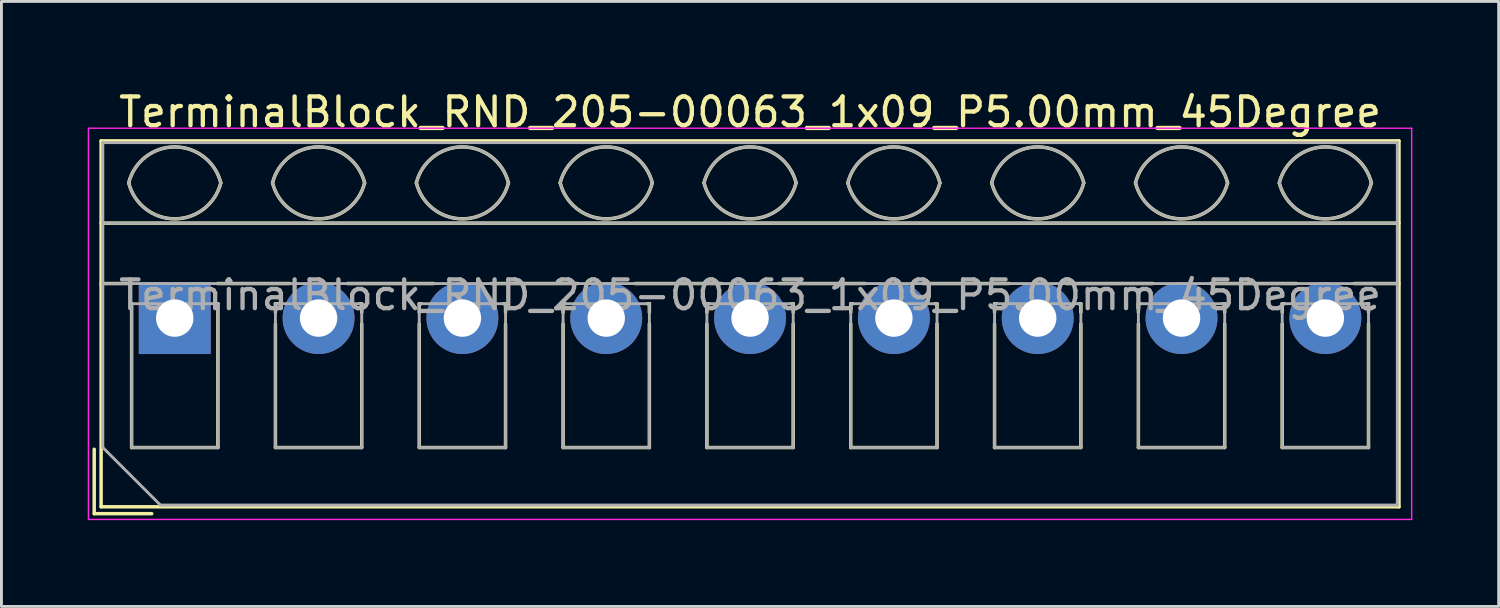
<source format=kicad_pcb>
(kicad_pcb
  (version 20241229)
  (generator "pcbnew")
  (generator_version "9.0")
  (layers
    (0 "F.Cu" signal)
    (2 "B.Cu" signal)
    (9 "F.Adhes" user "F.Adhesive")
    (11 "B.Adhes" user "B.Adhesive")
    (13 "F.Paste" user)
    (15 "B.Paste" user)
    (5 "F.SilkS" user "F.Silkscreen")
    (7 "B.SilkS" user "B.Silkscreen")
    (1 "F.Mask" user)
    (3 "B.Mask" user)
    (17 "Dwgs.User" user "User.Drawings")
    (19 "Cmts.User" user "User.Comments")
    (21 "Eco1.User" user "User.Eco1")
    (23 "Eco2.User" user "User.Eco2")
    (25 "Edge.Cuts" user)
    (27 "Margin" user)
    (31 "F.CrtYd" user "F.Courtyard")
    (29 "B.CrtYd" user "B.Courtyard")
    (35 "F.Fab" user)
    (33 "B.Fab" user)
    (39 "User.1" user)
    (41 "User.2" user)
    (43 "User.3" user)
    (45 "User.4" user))
  (footprint "TerminalBlock_RND_205-00063_1x09_P5.00mm_45Degree"
    (layer "F.Cu")
    (at 3.025 8.008)
    (property "Reference" "TerminalBlock_RND_205-00063_1x09_P5.00mm_45Degree" (at 20 -7.16 0) (layer "F.SilkS") (effects (font (size 1 1) (thickness 0.15))))
    (attr through_hole)
    (fp_line (start -2.8 4.56) (end -2.8 6.8) (stroke (width 0.12) (type solid)) (layer "F.SilkS"))
    (fp_line (start -2.8 6.8) (end -0.8 6.8) (stroke (width 0.12) (type solid)) (layer "F.SilkS"))
    (fp_line (start -2.56 -6.16) (end -2.56 6.56) (stroke (width 0.12) (type solid)) (layer "F.SilkS"))
    (fp_line (start -2.56 -6.16) (end 42.56 -6.16) (stroke (width 0.12) (type solid)) (layer "F.SilkS"))
    (fp_line (start -2.56 -3.301) (end 42.56 -3.301) (stroke (width 0.12) (type solid)) (layer "F.SilkS"))
    (fp_line (start -2.56 -1.201) (end -1.49 -1.201) (stroke (width 0.12) (type solid)) (layer "F.SilkS"))
    (fp_line (start -2.56 6.56) (end 42.56 6.56) (stroke (width 0.12) (type solid)) (layer "F.SilkS"))
    (fp_line (start -1.5 -0.5) (end -1.5 4.5) (stroke (width 0.12) (type solid)) (layer "F.SilkS"))
    (fp_line (start -1.5 -0.5) (end -1.49 -0.5) (stroke (width 0.12) (type solid)) (layer "F.SilkS"))
    (fp_line (start -1.5 4.5) (end 1.5 4.5) (stroke (width 0.12) (type solid)) (layer "F.SilkS"))
    (fp_line (start 1.49 -1.201) (end 4 -1.201) (stroke (width 0.12) (type solid)) (layer "F.SilkS"))
    (fp_line (start 1.49 -0.5) (end 1.5 -0.5) (stroke (width 0.12) (type solid)) (layer "F.SilkS"))
    (fp_line (start 1.5 -0.5) (end 1.5 4.5) (stroke (width 0.12) (type solid)) (layer "F.SilkS"))
    (fp_line (start 3.5 -0.5) (end 3.5 -0.202) (stroke (width 0.12) (type solid)) (layer "F.SilkS"))
    (fp_line (start 3.5 -0.5) (end 3.57 -0.5) (stroke (width 0.12) (type solid)) (layer "F.SilkS"))
    (fp_line (start 3.5 0.202) (end 3.5 4.5) (stroke (width 0.12) (type solid)) (layer "F.SilkS"))
    (fp_line (start 3.5 4.5) (end 6.5 4.5) (stroke (width 0.12) (type solid)) (layer "F.SilkS"))
    (fp_line (start 6.001 -1.201) (end 9 -1.201) (stroke (width 0.12) (type solid)) (layer "F.SilkS"))
    (fp_line (start 6.431 -0.5) (end 6.5 -0.5) (stroke (width 0.12) (type solid)) (layer "F.SilkS"))
    (fp_line (start 6.5 -0.5) (end 6.5 -0.202) (stroke (width 0.12) (type solid)) (layer "F.SilkS"))
    (fp_line (start 6.5 0.202) (end 6.5 4.5) (stroke (width 0.12) (type solid)) (layer "F.SilkS"))
    (fp_line (start 8.5 -0.5) (end 8.5 -0.202) (stroke (width 0.12) (type solid)) (layer "F.SilkS"))
    (fp_line (start 8.5 -0.5) (end 8.57 -0.5) (stroke (width 0.12) (type solid)) (layer "F.SilkS"))
    (fp_line (start 8.5 0.202) (end 8.5 4.5) (stroke (width 0.12) (type solid)) (layer "F.SilkS"))
    (fp_line (start 8.5 4.5) (end 11.5 4.5) (stroke (width 0.12) (type solid)) (layer "F.SilkS"))
    (fp_line (start 11.001 -1.201) (end 14 -1.201) (stroke (width 0.12) (type solid)) (layer "F.SilkS"))
    (fp_line (start 11.431 -0.5) (end 11.5 -0.5) (stroke (width 0.12) (type solid)) (layer "F.SilkS"))
    (fp_line (start 11.5 -0.5) (end 11.5 -0.202) (stroke (width 0.12) (type solid)) (layer "F.SilkS"))
    (fp_line (start 11.5 0.202) (end 11.5 4.5) (stroke (width 0.12) (type solid)) (layer "F.SilkS"))
    (fp_line (start 13.5 -0.5) (end 13.5 -0.202) (stroke (width 0.12) (type solid)) (layer "F.SilkS"))
    (fp_line (start 13.5 -0.5) (end 13.57 -0.5) (stroke (width 0.12) (type solid)) (layer "F.SilkS"))
    (fp_line (start 13.5 0.202) (end 13.5 4.5) (stroke (width 0.12) (type solid)) (layer "F.SilkS"))
    (fp_line (start 13.5 4.5) (end 16.5 4.5) (stroke (width 0.12) (type solid)) (layer "F.SilkS"))
    (fp_line (start 16.001 -1.201) (end 19 -1.201) (stroke (width 0.12) (type solid)) (layer "F.SilkS"))
    (fp_line (start 16.431 -0.5) (end 16.5 -0.5) (stroke (width 0.12) (type solid)) (layer "F.SilkS"))
    (fp_line (start 16.5 -0.5) (end 16.5 -0.202) (stroke (width 0.12) (type solid)) (layer "F.SilkS"))
    (fp_line (start 16.5 0.202) (end 16.5 4.5) (stroke (width 0.12) (type solid)) (layer "F.SilkS"))
    (fp_line (start 18.5 -0.5) (end 18.5 -0.202) (stroke (width 0.12) (type solid)) (layer "F.SilkS"))
    (fp_line (start 18.5 -0.5) (end 18.57 -0.5) (stroke (width 0.12) (type solid)) (layer "F.SilkS"))
    (fp_line (start 18.5 0.202) (end 18.5 4.5) (stroke (width 0.12) (type solid)) (layer "F.SilkS"))
    (fp_line (start 18.5 4.5) (end 21.5 4.5) (stroke (width 0.12) (type solid)) (layer "F.SilkS"))
    (fp_line (start 21.001 -1.201) (end 24 -1.201) (stroke (width 0.12) (type solid)) (layer "F.SilkS"))
    (fp_line (start 21.431 -0.5) (end 21.5 -0.5) (stroke (width 0.12) (type solid)) (layer "F.SilkS"))
    (fp_line (start 21.5 -0.5) (end 21.5 -0.202) (stroke (width 0.12) (type solid)) (layer "F.SilkS"))
    (fp_line (start 21.5 0.202) (end 21.5 4.5) (stroke (width 0.12) (type solid)) (layer "F.SilkS"))
    (fp_line (start 23.5 -0.5) (end 23.5 -0.202) (stroke (width 0.12) (type solid)) (layer "F.SilkS"))
    (fp_line (start 23.5 -0.5) (end 23.57 -0.5) (stroke (width 0.12) (type solid)) (layer "F.SilkS"))
    (fp_line (start 23.5 0.202) (end 23.5 4.5) (stroke (width 0.12) (type solid)) (layer "F.SilkS"))
    (fp_line (start 23.5 4.5) (end 26.5 4.5) (stroke (width 0.12) (type solid)) (layer "F.SilkS"))
    (fp_line (start 26.001 -1.201) (end 29 -1.201) (stroke (width 0.12) (type solid)) (layer "F.SilkS"))
    (fp_line (start 26.431 -0.5) (end 26.5 -0.5) (stroke (width 0.12) (type solid)) (layer "F.SilkS"))
    (fp_line (start 26.5 -0.5) (end 26.5 -0.202) (stroke (width 0.12) (type solid)) (layer "F.SilkS"))
    (fp_line (start 26.5 0.202) (end 26.5 4.5) (stroke (width 0.12) (type solid)) (layer "F.SilkS"))
    (fp_line (start 28.5 -0.5) (end 28.5 -0.202) (stroke (width 0.12) (type solid)) (layer "F.SilkS"))
    (fp_line (start 28.5 -0.5) (end 28.57 -0.5) (stroke (width 0.12) (type solid)) (layer "F.SilkS"))
    (fp_line (start 28.5 0.202) (end 28.5 4.5) (stroke (width 0.12) (type solid)) (layer "F.SilkS"))
    (fp_line (start 28.5 4.5) (end 31.5 4.5) (stroke (width 0.12) (type solid)) (layer "F.SilkS"))
    (fp_line (start 31.001 -1.201) (end 34 -1.201) (stroke (width 0.12) (type solid)) (layer "F.SilkS"))
    (fp_line (start 31.431 -0.5) (end 31.5 -0.5) (stroke (width 0.12) (type solid)) (layer "F.SilkS"))
    (fp_line (start 31.5 -0.5) (end 31.5 -0.202) (stroke (width 0.12) (type solid)) (layer "F.SilkS"))
    (fp_line (start 31.5 0.202) (end 31.5 4.5) (stroke (width 0.12) (type solid)) (layer "F.SilkS"))
    (fp_line (start 33.5 -0.5) (end 33.5 -0.202) (stroke (width 0.12) (type solid)) (layer "F.SilkS"))
    (fp_line (start 33.5 -0.5) (end 33.57 -0.5) (stroke (width 0.12) (type solid)) (layer "F.SilkS"))
    (fp_line (start 33.5 0.202) (end 33.5 4.5) (stroke (width 0.12) (type solid)) (layer "F.SilkS"))
    (fp_line (start 33.5 4.5) (end 36.5 4.5) (stroke (width 0.12) (type solid)) (layer "F.SilkS"))
    (fp_line (start 36.001 -1.201) (end 39 -1.201) (stroke (width 0.12) (type solid)) (layer "F.SilkS"))
    (fp_line (start 36.431 -0.5) (end 36.5 -0.5) (stroke (width 0.12) (type solid)) (layer "F.SilkS"))
    (fp_line (start 36.5 -0.5) (end 36.5 -0.202) (stroke (width 0.12) (type solid)) (layer "F.SilkS"))
    (fp_line (start 36.5 0.202) (end 36.5 4.5) (stroke (width 0.12) (type solid)) (layer "F.SilkS"))
    (fp_line (start 38.5 -0.5) (end 38.5 -0.202) (stroke (width 0.12) (type solid)) (layer "F.SilkS"))
    (fp_line (start 38.5 -0.5) (end 38.57 -0.5) (stroke (width 0.12) (type solid)) (layer "F.SilkS"))
    (fp_line (start 38.5 0.202) (end 38.5 4.5) (stroke (width 0.12) (type solid)) (layer "F.SilkS"))
    (fp_line (start 38.5 4.5) (end 41.5 4.5) (stroke (width 0.12) (type solid)) (layer "F.SilkS"))
    (fp_line (start 41.001 -1.201) (end 42.56 -1.201) (stroke (width 0.12) (type solid)) (layer "F.SilkS"))
    (fp_line (start 41.431 -0.5) (end 41.5 -0.5) (stroke (width 0.12) (type solid)) (layer "F.SilkS"))
    (fp_line (start 41.5 -0.5) (end 41.5 -0.202) (stroke (width 0.12) (type solid)) (layer "F.SilkS"))
    (fp_line (start 41.5 0.202) (end 41.5 4.5) (stroke (width 0.12) (type solid)) (layer "F.SilkS"))
    (fp_line (start 42.56 -6.16) (end 42.56 6.56) (stroke (width 0.12) (type solid)) (layer "F.SilkS"))
    (fp_arc (start -1.600914 -4.700344) (mid 0.000177 -5.95097) (end 1.601 -4.7) (stroke (width 0.12) (type solid)) (layer "F.SilkS"))
    (fp_arc (start 1.6 -4.7) (mid -0.000064 -3.45) (end -1.600031 -4.700125) (stroke (width 0.12) (type solid)) (layer "F.SilkS"))
    (fp_arc (start 3.399086 -4.700344) (mid 5.000177 -5.95097) (end 6.601 -4.7) (stroke (width 0.12) (type solid)) (layer "F.SilkS"))
    (fp_arc (start 6.6 -4.7) (mid 4.999936 -3.45) (end 3.399969 -4.700125) (stroke (width 0.12) (type solid)) (layer "F.SilkS"))
    (fp_arc (start 8.399086 -4.700344) (mid 10.000177 -5.95097) (end 11.601 -4.7) (stroke (width 0.12) (type solid)) (layer "F.SilkS"))
    (fp_arc (start 11.6 -4.7) (mid 9.999936 -3.45) (end 8.399969 -4.700125) (stroke (width 0.12) (type solid)) (layer "F.SilkS"))
    (fp_arc (start 13.399086 -4.700344) (mid 15.000177 -5.95097) (end 16.601 -4.7) (stroke (width 0.12) (type solid)) (layer "F.SilkS"))
    (fp_arc (start 16.6 -4.7) (mid 14.999936 -3.45) (end 13.399969 -4.700125) (stroke (width 0.12) (type solid)) (layer "F.SilkS"))
    (fp_arc (start 18.399086 -4.700344) (mid 20.000177 -5.95097) (end 21.601 -4.7) (stroke (width 0.12) (type solid)) (layer "F.SilkS"))
    (fp_arc (start 21.6 -4.7) (mid 19.999936 -3.45) (end 18.399969 -4.700125) (stroke (width 0.12) (type solid)) (layer "F.SilkS"))
    (fp_arc (start 23.399086 -4.700344) (mid 25.000177 -5.95097) (end 26.601 -4.7) (stroke (width 0.12) (type solid)) (layer "F.SilkS"))
    (fp_arc (start 26.6 -4.7) (mid 24.999936 -3.45) (end 23.399969 -4.700125) (stroke (width 0.12) (type solid)) (layer "F.SilkS"))
    (fp_arc (start 28.399086 -4.700344) (mid 30.000177 -5.95097) (end 31.601 -4.7) (stroke (width 0.12) (type solid)) (layer "F.SilkS"))
    (fp_arc (start 31.6 -4.7) (mid 29.999936 -3.45) (end 28.399969 -4.700125) (stroke (width 0.12) (type solid)) (layer "F.SilkS"))
    (fp_arc (start 33.399086 -4.700344) (mid 35.000177 -5.95097) (end 36.601 -4.7) (stroke (width 0.12) (type solid)) (layer "F.SilkS"))
    (fp_arc (start 36.6 -4.7) (mid 34.999936 -3.45) (end 33.399969 -4.700125) (stroke (width 0.12) (type solid)) (layer "F.SilkS"))
    (fp_arc (start 38.399086 -4.700344) (mid 40.000177 -5.95097) (end 41.601 -4.7) (stroke (width 0.12) (type solid)) (layer "F.SilkS"))
    (fp_arc (start 41.6 -4.7) (mid 39.999936 -3.45) (end 38.399969 -4.700125) (stroke (width 0.12) (type solid)) (layer "F.SilkS"))
    (fp_line (start -3 -6.6) (end -3 7) (stroke (width 0.05) (type solid)) (layer "F.CrtYd"))
    (fp_line (start -3 7) (end 43 7) (stroke (width 0.05) (type solid)) (layer "F.CrtYd"))
    (fp_line (start 43 -6.6) (end -3 -6.6) (stroke (width 0.05) (type solid)) (layer "F.CrtYd"))
    (fp_line (start 43 7) (end 43 -6.6) (stroke (width 0.05) (type solid)) (layer "F.CrtYd"))
    (fp_line (start -2.5 -6.1) (end 42.5 -6.1) (stroke (width 0.1) (type solid)) (layer "F.Fab"))
    (fp_line (start -2.5 -3.3) (end 42.5 -3.3) (stroke (width 0.1) (type solid)) (layer "F.Fab"))
    (fp_line (start -2.5 -1.2) (end 42.5 -1.2) (stroke (width 0.1) (type solid)) (layer "F.Fab"))
    (fp_line (start -2.5 4.5) (end -2.5 -6.1) (stroke (width 0.1) (type solid)) (layer "F.Fab"))
    (fp_line (start -1.5 -0.5) (end -1.5 4.5) (stroke (width 0.1) (type solid)) (layer "F.Fab"))
    (fp_line (start -1.5 4.5) (end 1.5 4.5) (stroke (width 0.1) (type solid)) (layer "F.Fab"))
    (fp_line (start -0.5 6.5) (end -2.5 4.5) (stroke (width 0.1) (type solid)) (layer "F.Fab"))
    (fp_line (start 1.5 -0.5) (end -1.5 -0.5) (stroke (width 0.1) (type solid)) (layer "F.Fab"))
    (fp_line (start 1.5 4.5) (end 1.5 -0.5) (stroke (width 0.1) (type solid)) (layer "F.Fab"))
    (fp_line (start 3.5 -0.5) (end 3.5 4.5) (stroke (width 0.1) (type solid)) (layer "F.Fab"))
    (fp_line (start 3.5 4.5) (end 6.5 4.5) (stroke (width 0.1) (type solid)) (layer "F.Fab"))
    (fp_line (start 6.5 -0.5) (end 3.5 -0.5) (stroke (width 0.1) (type solid)) (layer "F.Fab"))
    (fp_line (start 6.5 4.5) (end 6.5 -0.5) (stroke (width 0.1) (type solid)) (layer "F.Fab"))
    (fp_line (start 8.5 -0.5) (end 8.5 4.5) (stroke (width 0.1) (type solid)) (layer "F.Fab"))
    (fp_line (start 8.5 4.5) (end 11.5 4.5) (stroke (width 0.1) (type solid)) (layer "F.Fab"))
    (fp_line (start 11.5 -0.5) (end 8.5 -0.5) (stroke (width 0.1) (type solid)) (layer "F.Fab"))
    (fp_line (start 11.5 4.5) (end 11.5 -0.5) (stroke (width 0.1) (type solid)) (layer "F.Fab"))
    (fp_line (start 13.5 -0.5) (end 13.5 4.5) (stroke (width 0.1) (type solid)) (layer "F.Fab"))
    (fp_line (start 13.5 4.5) (end 16.5 4.5) (stroke (width 0.1) (type solid)) (layer "F.Fab"))
    (fp_line (start 16.5 -0.5) (end 13.5 -0.5) (stroke (width 0.1) (type solid)) (layer "F.Fab"))
    (fp_line (start 16.5 4.5) (end 16.5 -0.5) (stroke (width 0.1) (type solid)) (layer "F.Fab"))
    (fp_line (start 18.5 -0.5) (end 18.5 4.5) (stroke (width 0.1) (type solid)) (layer "F.Fab"))
    (fp_line (start 18.5 4.5) (end 21.5 4.5) (stroke (width 0.1) (type solid)) (layer "F.Fab"))
    (fp_line (start 21.5 -0.5) (end 18.5 -0.5) (stroke (width 0.1) (type solid)) (layer "F.Fab"))
    (fp_line (start 21.5 4.5) (end 21.5 -0.5) (stroke (width 0.1) (type solid)) (layer "F.Fab"))
    (fp_line (start 23.5 -0.5) (end 23.5 4.5) (stroke (width 0.1) (type solid)) (layer "F.Fab"))
    (fp_line (start 23.5 4.5) (end 26.5 4.5) (stroke (width 0.1) (type solid)) (layer "F.Fab"))
    (fp_line (start 26.5 -0.5) (end 23.5 -0.5) (stroke (width 0.1) (type solid)) (layer "F.Fab"))
    (fp_line (start 26.5 4.5) (end 26.5 -0.5) (stroke (width 0.1) (type solid)) (layer "F.Fab"))
    (fp_line (start 28.5 -0.5) (end 28.5 4.5) (stroke (width 0.1) (type solid)) (layer "F.Fab"))
    (fp_line (start 28.5 4.5) (end 31.5 4.5) (stroke (width 0.1) (type solid)) (layer "F.Fab"))
    (fp_line (start 31.5 -0.5) (end 28.5 -0.5) (stroke (width 0.1) (type solid)) (layer "F.Fab"))
    (fp_line (start 31.5 4.5) (end 31.5 -0.5) (stroke (width 0.1) (type solid)) (layer "F.Fab"))
    (fp_line (start 33.5 -0.5) (end 33.5 4.5) (stroke (width 0.1) (type solid)) (layer "F.Fab"))
    (fp_line (start 33.5 4.5) (end 36.5 4.5) (stroke (width 0.1) (type solid)) (layer "F.Fab"))
    (fp_line (start 36.5 -0.5) (end 33.5 -0.5) (stroke (width 0.1) (type solid)) (layer "F.Fab"))
    (fp_line (start 36.5 4.5) (end 36.5 -0.5) (stroke (width 0.1) (type solid)) (layer "F.Fab"))
    (fp_line (start 38.5 -0.5) (end 38.5 4.5) (stroke (width 0.1) (type solid)) (layer "F.Fab"))
    (fp_line (start 38.5 4.5) (end 41.5 4.5) (stroke (width 0.1) (type solid)) (layer "F.Fab"))
    (fp_line (start 41.5 -0.5) (end 38.5 -0.5) (stroke (width 0.1) (type solid)) (layer "F.Fab"))
    (fp_line (start 41.5 4.5) (end 41.5 -0.5) (stroke (width 0.1) (type solid)) (layer "F.Fab"))
    (fp_line (start 42.5 -6.1) (end 42.5 6.5) (stroke (width 0.1) (type solid)) (layer "F.Fab"))
    (fp_line (start 42.5 6.5) (end -0.5 6.5) (stroke (width 0.1) (type solid)) (layer "F.Fab"))
    (fp_arc (start -1.600914 -4.700344) (mid 0.000177 -5.95097) (end 1.601 -4.7) (stroke (width 0.1) (type solid)) (layer "F.Fab"))
    (fp_arc (start 1.6 -4.7) (mid -0.000064 -3.45) (end -1.600031 -4.700125) (stroke (width 0.1) (type solid)) (layer "F.Fab"))
    (fp_arc (start 3.399086 -4.700344) (mid 5.000177 -5.95097) (end 6.601 -4.7) (stroke (width 0.1) (type solid)) (layer "F.Fab"))
    (fp_arc (start 6.6 -4.7) (mid 4.999936 -3.45) (end 3.399969 -4.700125) (stroke (width 0.1) (type solid)) (layer "F.Fab"))
    (fp_arc (start 8.399086 -4.700344) (mid 10.000177 -5.95097) (end 11.601 -4.7) (stroke (width 0.1) (type solid)) (layer "F.Fab"))
    (fp_arc (start 11.6 -4.7) (mid 9.999936 -3.45) (end 8.399969 -4.700125) (stroke (width 0.1) (type solid)) (layer "F.Fab"))
    (fp_arc (start 13.399086 -4.700344) (mid 15.000177 -5.95097) (end 16.601 -4.7) (stroke (width 0.1) (type solid)) (layer "F.Fab"))
    (fp_arc (start 16.6 -4.7) (mid 14.999936 -3.45) (end 13.399969 -4.700125) (stroke (width 0.1) (type solid)) (layer "F.Fab"))
    (fp_arc (start 18.399086 -4.700344) (mid 20.000177 -5.95097) (end 21.601 -4.7) (stroke (width 0.1) (type solid)) (layer "F.Fab"))
    (fp_arc (start 21.6 -4.7) (mid 19.999936 -3.45) (end 18.399969 -4.700125) (stroke (width 0.1) (type solid)) (layer "F.Fab"))
    (fp_arc (start 23.399086 -4.700344) (mid 25.000177 -5.95097) (end 26.601 -4.7) (stroke (width 0.1) (type solid)) (layer "F.Fab"))
    (fp_arc (start 26.6 -4.7) (mid 24.999936 -3.45) (end 23.399969 -4.700125) (stroke (width 0.1) (type solid)) (layer "F.Fab"))
    (fp_arc (start 28.399086 -4.700344) (mid 30.000177 -5.95097) (end 31.601 -4.7) (stroke (width 0.1) (type solid)) (layer "F.Fab"))
    (fp_arc (start 31.6 -4.7) (mid 29.999936 -3.45) (end 28.399969 -4.700125) (stroke (width 0.1) (type solid)) (layer "F.Fab"))
    (fp_arc (start 33.399086 -4.700344) (mid 35.000177 -5.95097) (end 36.601 -4.7) (stroke (width 0.1) (type solid)) (layer "F.Fab"))
    (fp_arc (start 36.6 -4.7) (mid 34.999936 -3.45) (end 33.399969 -4.700125) (stroke (width 0.1) (type solid)) (layer "F.Fab"))
    (fp_arc (start 38.399086 -4.700344) (mid 40.000177 -5.95097) (end 41.601 -4.7) (stroke (width 0.1) (type solid)) (layer "F.Fab"))
    (fp_arc (start 41.6 -4.7) (mid 39.999936 -3.45) (end 38.399969 -4.700125) (stroke (width 0.1) (type solid)) (layer "F.Fab"))
    (fp_text user "${REFERENCE}" (at 20 -0.8 0) (layer "F.Fab") (effects (font (size 1 1) (thickness 0.15))))
    (pad "1" thru_hole rect (at 0 0) (size 2.5 2.5) (drill 1.3) (layers "*.Cu" "*.Mask"))
    (pad "2" thru_hole circle (at 5 0) (size 2.5 2.5) (drill 1.3) (layers "*.Cu" "*.Mask"))
    (pad "3" thru_hole circle (at 10 0) (size 2.5 2.5) (drill 1.3) (layers "*.Cu" "*.Mask"))
    (pad "4" thru_hole circle (at 15 0) (size 2.5 2.5) (drill 1.3) (layers "*.Cu" "*.Mask"))
    (pad "5" thru_hole circle (at 20 0) (size 2.5 2.5) (drill 1.3) (layers "*.Cu" "*.Mask"))
    (pad "6" thru_hole circle (at 25 0) (size 2.5 2.5) (drill 1.3) (layers "*.Cu" "*.Mask"))
    (pad "7" thru_hole circle (at 30 0) (size 2.5 2.5) (drill 1.3) (layers "*.Cu" "*.Mask"))
    (pad "8" thru_hole circle (at 35 0) (size 2.5 2.5) (drill 1.3) (layers "*.Cu" "*.Mask"))
    (pad "9" thru_hole circle (at 40 0) (size 2.5 2.5) (drill 1.3) (layers "*.Cu" "*.Mask")))
  (gr_rect
    (start -3 -3)
    (end 49.05 18.033)
    (stroke (width 0.1) (type default))
    (fill no)
    (layer "Edge.Cuts")))
</source>
